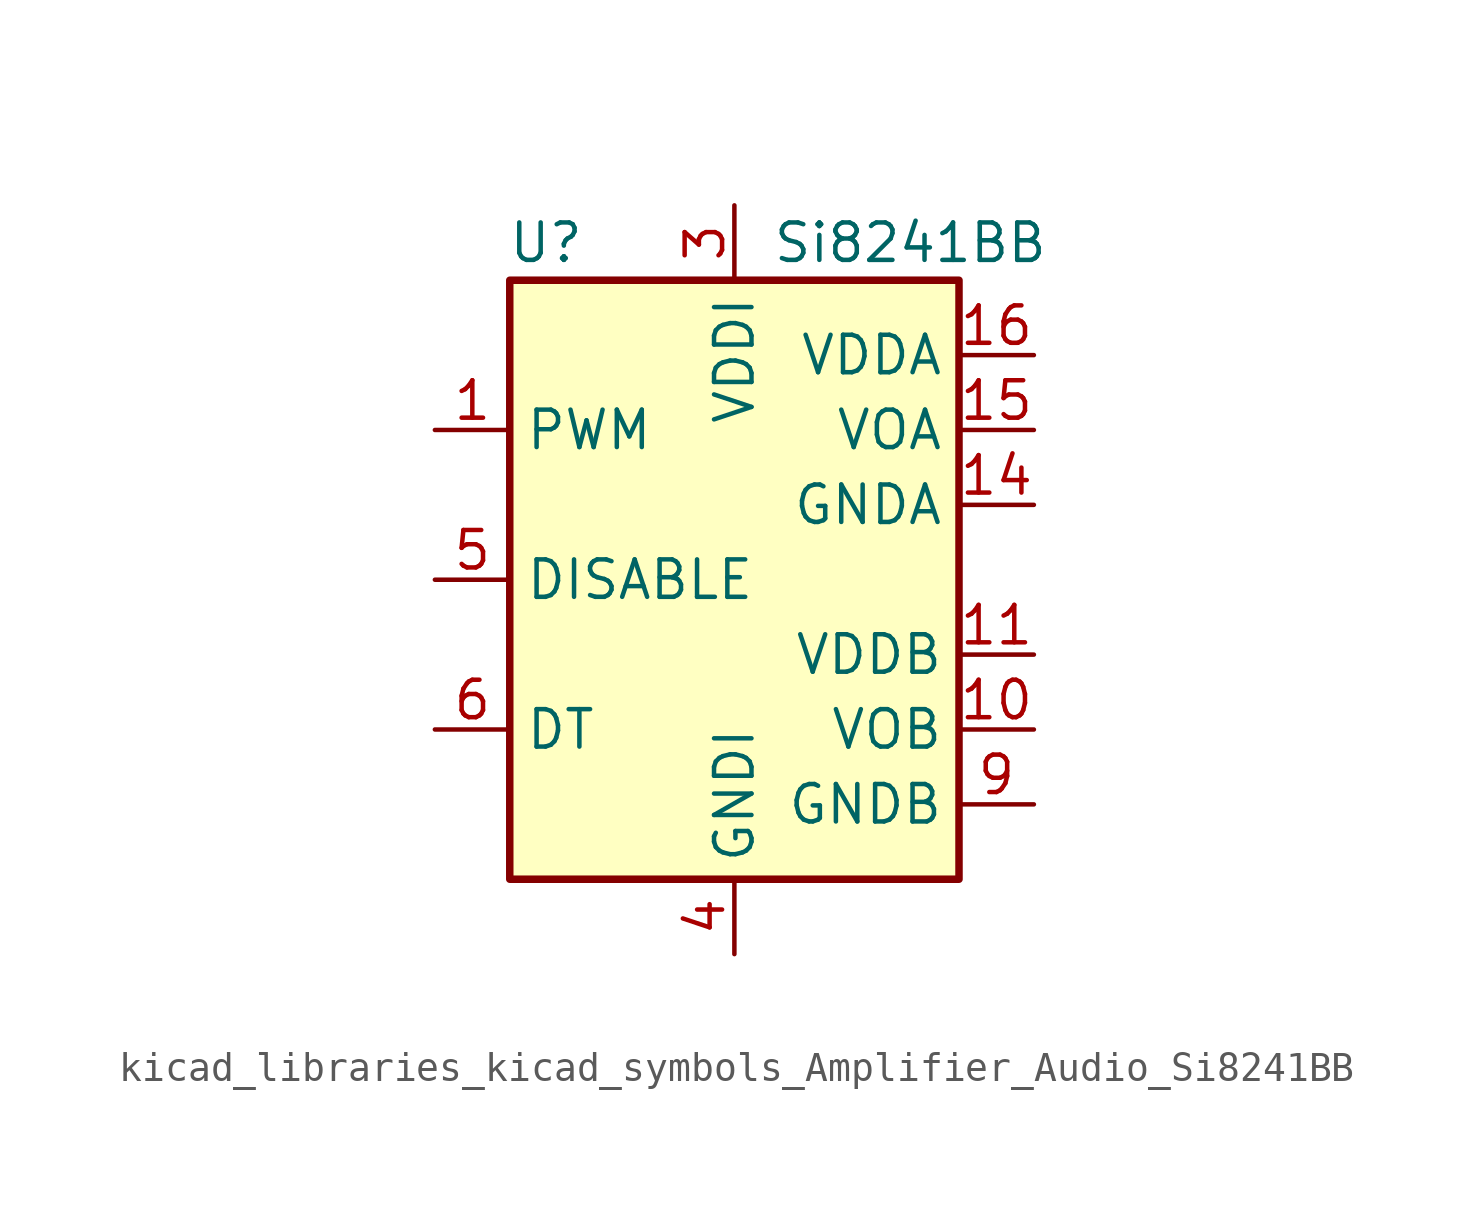
<source format=kicad_sym>
(kicad_symbol_lib
  (version 20220914)
  (generator kicad_symbol_editor)
  (symbol "kicad_libraries_kicad_symbols_Amplifier_Audio_Si8241BB"
    (property "Reference" "U"
      (at -5.08 11.43 0)
      (effects (font (size 1.27 1.27)) (justify right)))
    (property "Value" "Si8241BB"
      (at 1.27 11.43 0)
      (effects (font (size 1.27 1.27)) (justify left)))
    (symbol "kicad_libraries_kicad_symbols_Amplifier_Audio_Si8241BB_0_1"
      (rectangle (start -7.62 10.16) (end 7.62 -10.16) (stroke (width 0.254) (type default)) (fill (type background))))
    (symbol "kicad_libraries_kicad_symbols_Amplifier_Audio_Si8241BB_1_1"
      (pin input line (at -10.16 5.08 0) (length 2.54) (name "PWM" (effects (font (size 1.27 1.27)))) (number "1" (effects (font (size 1.27 1.27)))))
      (pin output line (at 10.16 -5.08 180) (length 2.54) (name "VOB" (effects (font (size 1.27 1.27)))) (number "10" (effects (font (size 1.27 1.27)))))
      (pin power_in line (at 10.16 -2.54 180) (length 2.54) (name "VDDB" (effects (font (size 1.27 1.27)))) (number "11" (effects (font (size 1.27 1.27)))))
      (pin no_connect line (at -7.62 -2.54 0) (length 2.54) hide (name "NC" (effects (font (size 1.27 1.27)))) (number "12" (effects (font (size 1.27 1.27)))))
      (pin no_connect line (at -7.62 -7.62 0) (length 2.54) hide (name "NC" (effects (font (size 1.27 1.27)))) (number "13" (effects (font (size 1.27 1.27)))))
      (pin power_in line (at 10.16 2.54 180) (length 2.54) (name "GNDA" (effects (font (size 1.27 1.27)))) (number "14" (effects (font (size 1.27 1.27)))))
      (pin output line (at 10.16 5.08 180) (length 2.54) (name "VOA" (effects (font (size 1.27 1.27)))) (number "15" (effects (font (size 1.27 1.27)))))
      (pin power_in line (at 10.16 7.62 180) (length 2.54) (name "VDDA" (effects (font (size 1.27 1.27)))) (number "16" (effects (font (size 1.27 1.27)))))
      (pin no_connect line (at -7.62 7.62 0) (length 2.54) hide (name "NC" (effects (font (size 1.27 1.27)))) (number "2" (effects (font (size 1.27 1.27)))))
      (pin power_in line (at 0 12.7 270) (length 2.54) (name "VDDI" (effects (font (size 1.27 1.27)))) (number "3" (effects (font (size 1.27 1.27)))))
      (pin power_in line (at 0 -12.7 90) (length 2.54) (name "GNDI" (effects (font (size 1.27 1.27)))) (number "4" (effects (font (size 1.27 1.27)))))
      (pin input line (at -10.16 0 0) (length 2.54) (name "DISABLE" (effects (font (size 1.27 1.27)))) (number "5" (effects (font (size 1.27 1.27)))))
      (pin passive line (at -10.16 -5.08 0) (length 2.54) (name "DT" (effects (font (size 1.27 1.27)))) (number "6" (effects (font (size 1.27 1.27)))))
      (pin no_connect line (at -7.62 2.54 0) (length 2.54) hide (name "NC" (effects (font (size 1.27 1.27)))) (number "7" (effects (font (size 1.27 1.27)))))
      (pin passive line (at 0 12.7 270) (length 2.54) hide (name "VDDI" (effects (font (size 1.27 1.27)))) (number "8" (effects (font (size 1.27 1.27)))))
      (pin power_in line (at 10.16 -7.62 180) (length 2.54) (name "GNDB" (effects (font (size 1.27 1.27)))) (number "9" (effects (font (size 1.27 1.27))))))))
</source>
